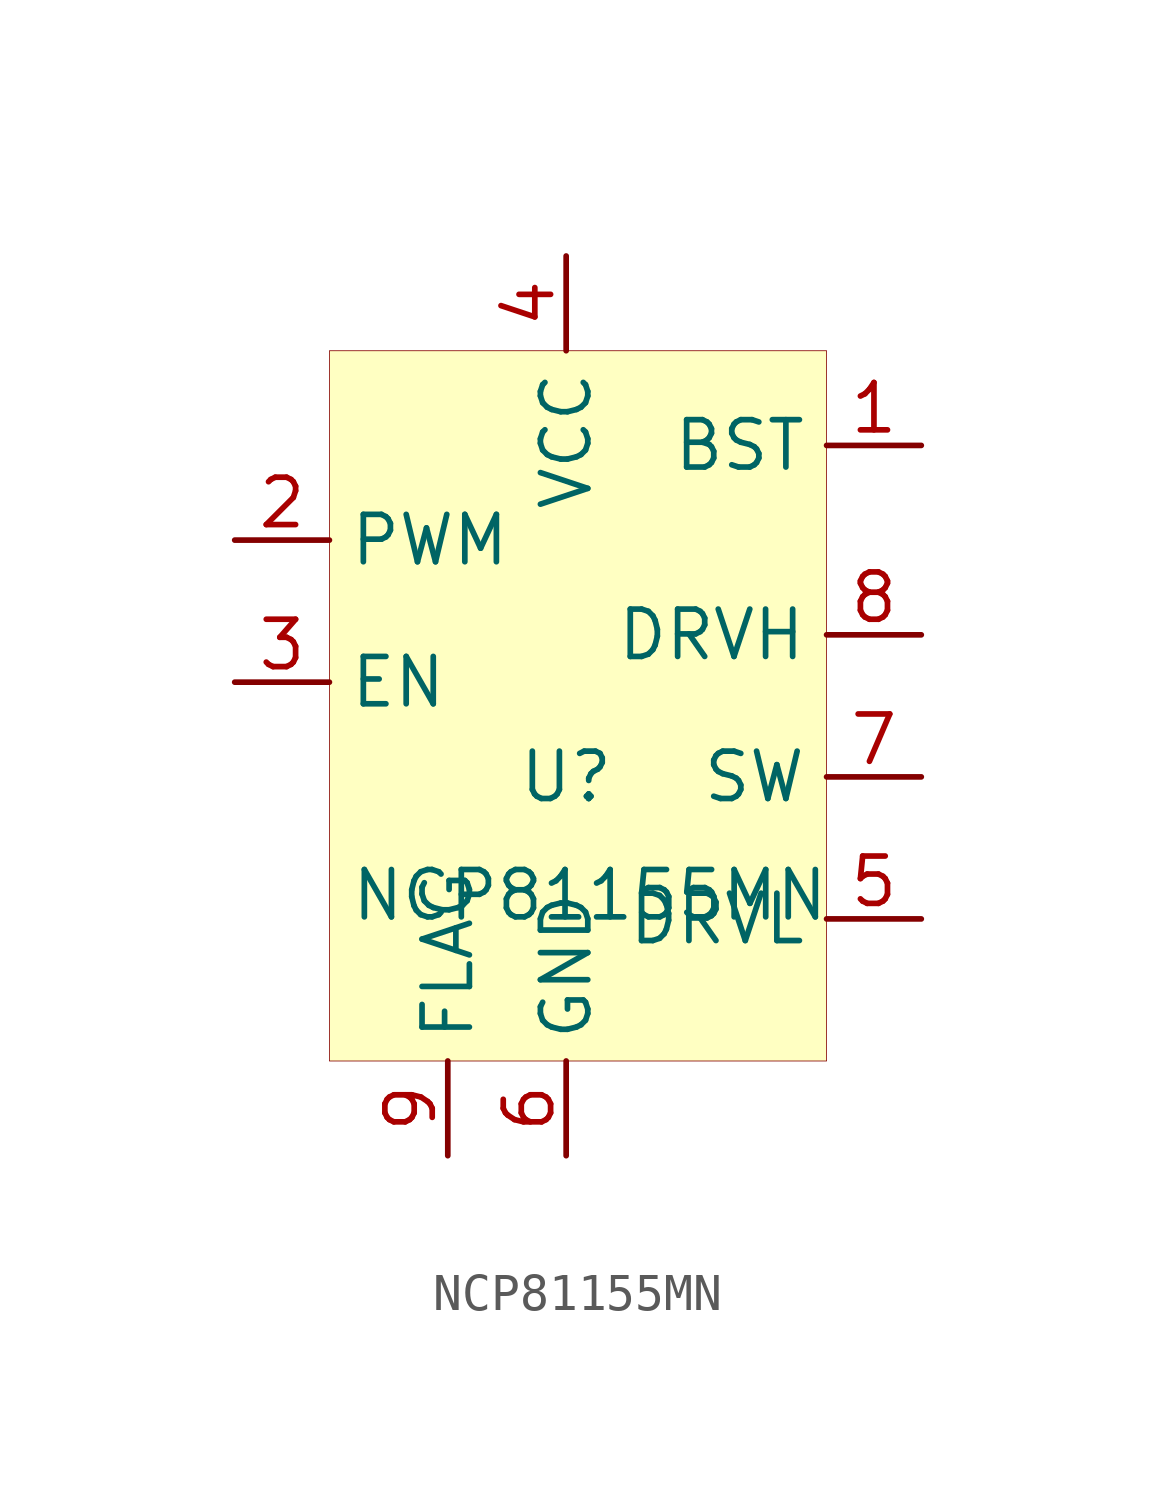
<source format=kicad_sym>
(kicad_symbol_lib
  (version 20211014)
  (generator kicad_symbol_editor)
  (symbol "NCP81155MN"
    (property "Reference" "U"
      (at 0 0 0)
      (effects (font (size 1.27 1.27))))
    (property "Value" "NCP81155MN"
      (at 0.635 -3.175 0)
      (effects (font (size 1.27 1.27))))
    (symbol "NCP81155MN_0_1"
      (rectangle (start -6.35 11.43) (end 6.985 -7.62) (stroke (width 0.001) (type default) (color 0 0 0 0)) (fill (type background))))
    (symbol "NCP81155MN_1_1"
      (pin power_out line (at 9.525 8.89 180) (length 2.54) (name "BST" (effects (font (size 1.27 1.27)))) (number "1" (effects (font (size 1.27 1.27)))))
      (pin input line (at -8.89 6.35 0) (length 2.54) (name "PWM" (effects (font (size 1.27 1.27)))) (number "2" (effects (font (size 1.27 1.27)))))
      (pin input line (at -8.89 2.54 0) (length 2.54) (name "EN" (effects (font (size 1.27 1.27)))) (number "3" (effects (font (size 1.27 1.27)))))
      (pin power_in line (at 0 13.97 270) (length 2.54) (name "VCC" (effects (font (size 1.27 1.27)))) (number "4" (effects (font (size 1.27 1.27)))))
      (pin output line (at 9.525 -3.81 180) (length 2.54) (name "DRVL" (effects (font (size 1.27 1.27)))) (number "5" (effects (font (size 1.27 1.27)))))
      (pin power_in line (at 0 -10.16 90) (length 2.54) (name "GND" (effects (font (size 1.27 1.27)))) (number "6" (effects (font (size 1.27 1.27)))))
      (pin passive line (at 9.525 0 180) (length 2.54) (name "SW" (effects (font (size 1.27 1.27)))) (number "7" (effects (font (size 1.27 1.27)))))
      (pin output line (at 9.525 3.81 180) (length 2.54) (name "DRVH" (effects (font (size 1.27 1.27)))) (number "8" (effects (font (size 1.27 1.27)))))
      (pin power_in line (at -3.175 -10.16 90) (length 2.54) (name "FLAG" (effects (font (size 1.27 1.27)))) (number "9" (effects (font (size 1.27 1.27))))))))
</source>
